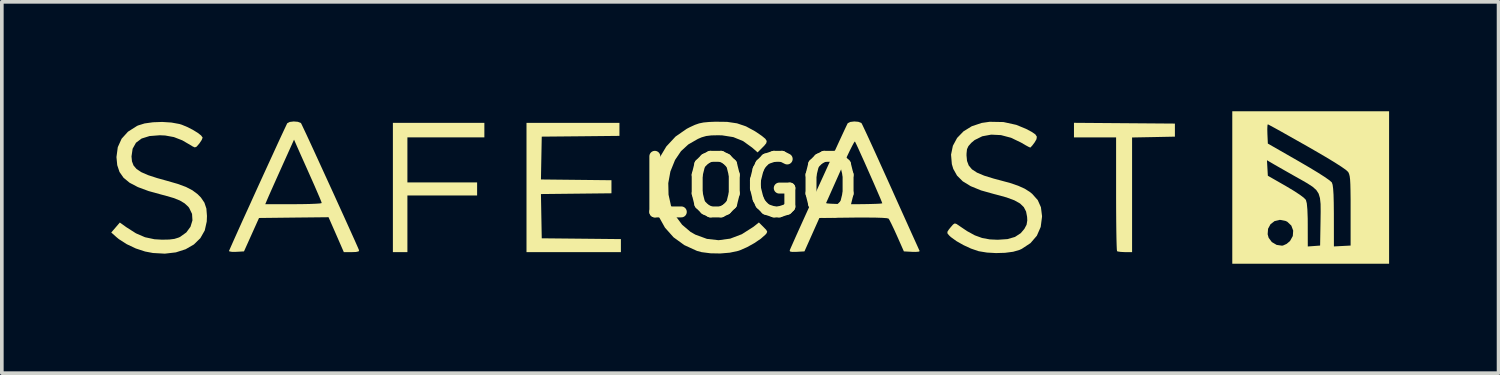
<source format=kicad_pcb>
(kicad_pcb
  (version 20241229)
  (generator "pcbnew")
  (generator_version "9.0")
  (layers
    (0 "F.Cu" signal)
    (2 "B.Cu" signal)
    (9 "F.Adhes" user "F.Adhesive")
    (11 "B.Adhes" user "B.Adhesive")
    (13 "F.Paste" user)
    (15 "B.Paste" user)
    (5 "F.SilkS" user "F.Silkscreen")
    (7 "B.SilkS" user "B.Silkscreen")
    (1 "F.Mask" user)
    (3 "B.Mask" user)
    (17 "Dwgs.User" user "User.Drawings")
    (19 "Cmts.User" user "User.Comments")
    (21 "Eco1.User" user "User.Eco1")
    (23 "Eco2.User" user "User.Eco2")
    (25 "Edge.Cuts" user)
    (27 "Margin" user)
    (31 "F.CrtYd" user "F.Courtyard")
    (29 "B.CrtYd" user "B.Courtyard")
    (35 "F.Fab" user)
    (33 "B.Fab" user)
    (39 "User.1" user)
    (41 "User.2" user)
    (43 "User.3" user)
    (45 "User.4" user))
  (footprint "LOGO"
    (layer "F.Cu")
    (at 17.515 2.07)
    (property "Reference" "LOGO" (at 0 0 0) (layer "F.SilkS") (effects (font (size 1.524 1.524) (thickness 0.3))))
    (attr board_only exclude_from_pos_files exclude_from_bom)
    (fp_poly (pts (xy -7.286 -1.354) (xy -9.396 -1.354) (xy -9.396 -0.119) (xy -7.485 -0.119) (xy -7.485 0.239) (xy -9.396 0.239) (xy -9.396 1.792) (xy -9.794 1.792) (xy -9.794 -1.752) (xy -7.286 -1.752)) (stroke (width 0) (type solid)) (fill yes) (layer "F.SilkS"))
    (fp_poly (pts (xy -3.583 -1.395) (xy -4.648 -1.384) (xy -5.713 -1.374) (xy -5.724 -0.787) (xy -5.735 -0.2) (xy -3.802 -0.179) (xy -3.802 0.179) (xy -5.735 0.2) (xy -5.724 0.807) (xy -5.713 1.413) (xy -4.628 1.424) (xy -3.543 1.435) (xy -3.543 1.792) (xy -6.131 1.792) (xy -6.131 -1.752) (xy -3.583 -1.752)) (stroke (width 0) (type solid)) (fill yes) (layer "F.SilkS"))
    (fp_poly (pts (xy 11.645 -1.732) (xy 11.645 -1.374) (xy 11.058 -1.362) (xy 10.471 -1.351) (xy 10.471 1.792) (xy 10.278 1.792) (xy 10.16 1.786) (xy 10.078 1.774) (xy 10.059 1.765) (xy 10.053 1.721) (xy 10.048 1.605) (xy 10.043 1.428) (xy 10.039 1.197) (xy 10.036 0.922) (xy 10.034 0.61) (xy 10.033 0.272) (xy 10.033 0.192) (xy 10.033 -1.354) (xy 8.878 -1.354) (xy 8.878 -1.753)) (stroke (width 0) (type solid)) (fill yes) (layer "F.SilkS"))
    (fp_poly (pts (xy -0.632 -1.779) (xy -0.36 -1.739) (xy -0.114 -1.656) (xy 0.127 -1.525) (xy 0.17 -1.498) (xy 0.324 -1.392) (xy 0.417 -1.315) (xy 0.455 -1.254) (xy 0.442 -1.194) (xy 0.385 -1.123) (xy 0.348 -1.086) (xy 0.205 -0.942) (xy 0.054 -1.074) (xy -0.193 -1.252) (xy -0.461 -1.361) (xy -0.766 -1.409) (xy -0.876 -1.412) (xy -1.065 -1.408) (xy -1.205 -1.391) (xy -1.328 -1.356) (xy -1.435 -1.31) (xy -1.695 -1.16) (xy -1.895 -0.976) (xy -2.054 -0.741) (xy -2.061 -0.728) (xy -2.186 -0.419) (xy -2.244 -0.1) (xy -2.237 0.216) (xy -2.17 0.52) (xy -2.045 0.799) (xy -1.865 1.041) (xy -1.634 1.237) (xy -1.501 1.313) (xy -1.184 1.429) (xy -0.865 1.465) (xy -0.546 1.422) (xy -0.228 1.301) (xy 0.088 1.1) (xy 0.13 1.067) (xy 0.24 0.979) (xy 0.367 1.105) (xy 0.443 1.184) (xy 0.468 1.234) (xy 0.449 1.278) (xy 0.419 1.313) (xy 0.292 1.425) (xy 0.117 1.544) (xy -0.08 1.654) (xy -0.271 1.738) (xy -0.328 1.758) (xy -0.556 1.807) (xy -0.819 1.829) (xy -1.087 1.824) (xy -1.329 1.793) (xy -1.454 1.76) (xy -1.804 1.6) (xy -2.099 1.386) (xy -2.335 1.121) (xy -2.509 0.81) (xy -2.619 0.457) (xy -2.661 0.067) (xy -2.658 -0.107) (xy -2.644 -0.303) (xy -2.619 -0.455) (xy -2.575 -0.594) (xy -2.504 -0.757) (xy -2.495 -0.775) (xy -2.298 -1.104) (xy -2.045 -1.376) (xy -1.74 -1.588) (xy -1.651 -1.634) (xy -1.515 -1.697) (xy -1.399 -1.737) (xy -1.278 -1.762) (xy -1.125 -1.776) (xy -0.955 -1.783)) (stroke (width 0) (type solid)) (fill yes) (layer "F.SilkS"))
    (fp_poly (pts (xy -12.401 -1.781) (xy -12.321 -1.751) (xy -12.312 -1.742) (xy -12.291 -1.7) (xy -12.241 -1.594) (xy -12.165 -1.433) (xy -12.069 -1.226) (xy -11.956 -0.981) (xy -11.83 -0.706) (xy -11.695 -0.411) (xy -11.555 -0.105) (xy -11.413 0.205) (xy -11.275 0.509) (xy -11.143 0.799) (xy -11.022 1.067) (xy -10.916 1.302) (xy -10.828 1.497) (xy -10.763 1.644) (xy -10.725 1.732) (xy -10.721 1.742) (xy -10.733 1.772) (xy -10.806 1.788) (xy -10.92 1.792) (xy -11.139 1.792) (xy -11.348 1.313) (xy -11.558 0.835) (xy -12.511 0.845) (xy -13.464 0.856) (xy -13.876 1.772) (xy -14.088 1.784) (xy -14.203 1.785) (xy -14.274 1.773) (xy -14.287 1.76) (xy -14.258 1.694) (xy -14.202 1.567) (xy -14.122 1.388) (xy -14.022 1.165) (xy -13.906 0.908) (xy -13.777 0.625) (xy -13.71 0.478) (xy -13.293 0.478) (xy -12.519 0.478) (xy -12.28 0.476) (xy -12.072 0.472) (xy -11.905 0.465) (xy -11.792 0.457) (xy -11.745 0.447) (xy -11.745 0.446) (xy -11.76 0.401) (xy -11.803 0.295) (xy -11.869 0.142) (xy -11.951 -0.048) (xy -12.037 -0.241) (xy -12.138 -0.468) (xy -12.235 -0.685) (xy -12.32 -0.875) (xy -12.385 -1.022) (xy -12.417 -1.094) (xy -12.504 -1.292) (xy -12.844 -0.537) (xy -12.95 -0.301) (xy -13.048 -0.082) (xy -13.132 0.106) (xy -13.196 0.251) (xy -13.234 0.339) (xy -13.238 0.348) (xy -13.293 0.478) (xy -13.71 0.478) (xy -13.641 0.325) (xy -13.5 0.015) (xy -13.359 -0.294) (xy -13.221 -0.595) (xy -13.091 -0.878) (xy -12.973 -1.136) (xy -12.87 -1.359) (xy -12.786 -1.539) (xy -12.726 -1.666) (xy -12.694 -1.734) (xy -12.689 -1.742) (xy -12.621 -1.777) (xy -12.513 -1.79)) (stroke (width 0) (type solid)) (fill yes) (layer "F.SilkS"))
    (fp_poly (pts (xy -15.868 -1.761) (xy -15.647 -1.721) (xy -15.582 -1.701) (xy -15.43 -1.638) (xy -15.279 -1.561) (xy -15.147 -1.48) (xy -15.052 -1.406) (xy -15.011 -1.35) (xy -15.011 -1.345) (xy -15.035 -1.283) (xy -15.094 -1.194) (xy -15.109 -1.175) (xy -15.175 -1.099) (xy -15.223 -1.079) (xy -15.283 -1.105) (xy -15.317 -1.127) (xy -15.568 -1.273) (xy -15.798 -1.362) (xy -16.035 -1.405) (xy -16.184 -1.412) (xy -16.465 -1.39) (xy -16.683 -1.322) (xy -16.837 -1.207) (xy -16.929 -1.043) (xy -16.96 -0.831) (xy -16.947 -0.696) (xy -16.904 -0.583) (xy -16.821 -0.486) (xy -16.691 -0.4) (xy -16.506 -0.319) (xy -16.257 -0.238) (xy -15.987 -0.163) (xy -15.695 -0.079) (xy -15.467 0.005) (xy -15.29 0.097) (xy -15.147 0.204) (xy -15.056 0.296) (xy -14.961 0.436) (xy -14.907 0.597) (xy -14.891 0.801) (xy -14.897 0.953) (xy -14.952 1.198) (xy -15.072 1.409) (xy -15.249 1.582) (xy -15.476 1.713) (xy -15.744 1.799) (xy -16.045 1.834) (xy -16.372 1.816) (xy -16.588 1.775) (xy -16.841 1.692) (xy -17.091 1.574) (xy -17.306 1.436) (xy -17.369 1.384) (xy -17.515 1.254) (xy -17.28 0.981) (xy -17.101 1.109) (xy -16.837 1.277) (xy -16.589 1.384) (xy -16.331 1.439) (xy -16.124 1.451) (xy -15.926 1.447) (xy -15.783 1.429) (xy -15.668 1.393) (xy -15.627 1.374) (xy -15.457 1.252) (xy -15.343 1.097) (xy -15.289 0.922) (xy -15.3 0.744) (xy -15.38 0.578) (xy -15.406 0.545) (xy -15.505 0.454) (xy -15.634 0.377) (xy -15.808 0.308) (xy -16.042 0.24) (xy -16.124 0.219) (xy -16.491 0.118) (xy -16.785 0.009) (xy -17.012 -0.11) (xy -17.178 -0.247) (xy -17.289 -0.406) (xy -17.351 -0.592) (xy -17.372 -0.81) (xy -17.372 -0.816) (xy -17.336 -1.085) (xy -17.231 -1.317) (xy -17.056 -1.51) (xy -16.811 -1.666) (xy -16.781 -1.68) (xy -16.601 -1.736) (xy -16.371 -1.768) (xy -16.118 -1.777)) (stroke (width 0) (type solid)) (fill yes) (layer "F.SilkS"))
    (fp_poly (pts (xy 6.945 -1.774) (xy 7.297 -1.697) (xy 7.559 -1.589) (xy 7.722 -1.503) (xy 7.82 -1.435) (xy 7.86 -1.373) (xy 7.85 -1.303) (xy 7.799 -1.215) (xy 7.798 -1.214) (xy 7.734 -1.129) (xy 7.688 -1.08) (xy 7.679 -1.075) (xy 7.634 -1.094) (xy 7.542 -1.144) (xy 7.426 -1.212) (xy 7.153 -1.343) (xy 6.877 -1.416) (xy 6.609 -1.429) (xy 6.364 -1.384) (xy 6.154 -1.28) (xy 6.064 -1.205) (xy 5.984 -1.114) (xy 5.945 -1.029) (xy 5.933 -0.912) (xy 5.932 -0.86) (xy 5.946 -0.708) (xy 5.993 -0.583) (xy 6.081 -0.478) (xy 6.22 -0.387) (xy 6.417 -0.304) (xy 6.68 -0.223) (xy 6.839 -0.181) (xy 7.127 -0.103) (xy 7.35 -0.027) (xy 7.525 0.052) (xy 7.665 0.14) (xy 7.733 0.195) (xy 7.885 0.366) (xy 7.972 0.561) (xy 8.002 0.8) (xy 8.002 0.824) (xy 7.966 1.101) (xy 7.86 1.343) (xy 7.686 1.545) (xy 7.448 1.702) (xy 7.383 1.732) (xy 7.21 1.782) (xy 6.987 1.811) (xy 6.739 1.818) (xy 6.492 1.804) (xy 6.273 1.768) (xy 6.247 1.761) (xy 6.053 1.694) (xy 5.848 1.599) (xy 5.656 1.49) (xy 5.504 1.38) (xy 5.455 1.334) (xy 5.411 1.281) (xy 5.407 1.237) (xy 5.447 1.173) (xy 5.492 1.117) (xy 5.564 1.034) (xy 5.611 1.005) (xy 5.66 1.021) (xy 5.699 1.048) (xy 5.946 1.215) (xy 6.16 1.332) (xy 6.361 1.405) (xy 6.57 1.443) (xy 6.788 1.453) (xy 7.054 1.435) (xy 7.26 1.376) (xy 7.419 1.272) (xy 7.518 1.155) (xy 7.579 1.04) (xy 7.598 0.923) (xy 7.593 0.825) (xy 7.565 0.679) (xy 7.503 0.559) (xy 7.4 0.459) (xy 7.245 0.372) (xy 7.031 0.293) (xy 6.747 0.215) (xy 6.688 0.2) (xy 6.331 0.1) (xy 6.047 -0.016) (xy 5.829 -0.149) (xy 5.672 -0.306) (xy 5.569 -0.49) (xy 5.53 -0.62) (xy 5.508 -0.881) (xy 5.558 -1.123) (xy 5.674 -1.338) (xy 5.849 -1.519) (xy 6.076 -1.659) (xy 6.348 -1.75) (xy 6.566 -1.781)) (stroke (width 0) (type solid)) (fill yes) (layer "F.SilkS"))
    (fp_poly (pts (xy 2.966 -1.781) (xy 3.045 -1.751) (xy 3.054 -1.742) (xy 3.078 -1.696) (xy 3.13 -1.586) (xy 3.209 -1.417) (xy 3.31 -1.198) (xy 3.43 -0.935) (xy 3.565 -0.637) (xy 3.713 -0.31) (xy 3.862 0.02) (xy 4.017 0.366) (xy 4.163 0.69) (xy 4.296 0.985) (xy 4.412 1.243) (xy 4.509 1.457) (xy 4.583 1.62) (xy 4.63 1.725) (xy 4.648 1.764) (xy 4.622 1.779) (xy 4.537 1.786) (xy 4.44 1.784) (xy 4.215 1.772) (xy 4.024 1.341) (xy 3.946 1.169) (xy 3.876 1.023) (xy 3.823 0.918) (xy 3.795 0.873) (xy 3.743 0.861) (xy 3.621 0.852) (xy 3.435 0.846) (xy 3.193 0.844) (xy 2.906 0.844) (xy 2.828 0.845) (xy 1.898 0.856) (xy 1.489 1.772) (xy 1.277 1.784) (xy 1.151 1.786) (xy 1.092 1.774) (xy 1.085 1.744) (xy 1.117 1.669) (xy 1.177 1.534) (xy 1.259 1.349) (xy 1.362 1.121) (xy 1.48 0.86) (xy 1.61 0.574) (xy 1.667 0.448) (xy 2.081 0.448) (xy 2.114 0.457) (xy 2.215 0.465) (xy 2.372 0.471) (xy 2.573 0.476) (xy 2.807 0.478) (xy 2.844 0.478) (xy 3.083 0.477) (xy 3.293 0.473) (xy 3.46 0.468) (xy 3.574 0.462) (xy 3.622 0.454) (xy 3.623 0.453) (xy 3.607 0.41) (xy 3.565 0.307) (xy 3.5 0.157) (xy 3.42 -0.028) (xy 3.329 -0.235) (xy 3.233 -0.452) (xy 3.139 -0.665) (xy 3.05 -0.861) (xy 2.974 -1.03) (xy 2.915 -1.157) (xy 2.879 -1.23) (xy 2.872 -1.242) (xy 2.849 -1.215) (xy 2.8 -1.125) (xy 2.728 -0.982) (xy 2.639 -0.795) (xy 2.537 -0.573) (xy 2.471 -0.426) (xy 2.364 -0.185) (xy 2.267 0.032) (xy 2.186 0.214) (xy 2.125 0.351) (xy 2.089 0.431) (xy 2.081 0.448) (xy 1.667 0.448) (xy 1.747 0.272) (xy 1.888 -0.037) (xy 2.029 -0.345) (xy 2.165 -0.644) (xy 2.294 -0.923) (xy 2.41 -1.176) (xy 2.51 -1.392) (xy 2.59 -1.564) (xy 2.646 -1.682) (xy 2.674 -1.739) (xy 2.676 -1.742) (xy 2.746 -1.777) (xy 2.854 -1.79)) (stroke (width 0) (type solid)) (fill yes) (layer "F.SilkS"))
    (fp_poly (pts (xy 17.517 2.11) (xy 13.218 2.11) (xy 13.218 1.302) (xy 14.188 1.302) (xy 14.215 1.399) (xy 14.302 1.516) (xy 14.434 1.594) (xy 14.58 1.615) (xy 14.611 1.61) (xy 14.708 1.566) (xy 14.8 1.489) (xy 14.877 1.351) (xy 14.888 1.203) (xy 14.837 1.065) (xy 14.728 0.961) (xy 14.684 0.939) (xy 14.524 0.907) (xy 14.38 0.94) (xy 14.267 1.026) (xy 14.199 1.151) (xy 14.188 1.302) (xy 13.218 1.302) (xy 13.218 -0.727) (xy 14.169 -0.727) (xy 14.181 -0.514) (xy 14.193 -0.302) (xy 14.691 -0.017) (xy 14.895 0.105) (xy 15.061 0.213) (xy 15.179 0.301) (xy 15.237 0.361) (xy 15.237 0.363) (xy 15.261 0.455) (xy 15.277 0.624) (xy 15.286 0.869) (xy 15.287 1.047) (xy 15.288 1.637) (xy 15.457 1.625) (xy 15.626 1.612) (xy 15.637 0.967) (xy 15.641 0.687) (xy 15.639 0.473) (xy 15.622 0.311) (xy 15.585 0.188) (xy 15.52 0.088) (xy 15.419 -0.001) (xy 15.276 -0.094) (xy 15.085 -0.204) (xy 15.023 -0.238) (xy 14.825 -0.35) (xy 14.637 -0.457) (xy 14.477 -0.548) (xy 14.362 -0.614) (xy 14.34 -0.627) (xy 14.169 -0.727) (xy 13.218 -0.727) (xy 13.218 -1.58) (xy 14.178 -1.58) (xy 14.181 -1.448) (xy 14.193 -1.184) (xy 15.045 -0.696) (xy 15.326 -0.532) (xy 15.563 -0.389) (xy 15.749 -0.27) (xy 15.878 -0.18) (xy 15.944 -0.122) (xy 15.949 -0.114) (xy 15.969 -0.053) (xy 15.983 0.054) (xy 15.994 0.217) (xy 16 0.442) (xy 16.003 0.737) (xy 16.003 0.808) (xy 16.004 1.636) (xy 16.233 1.624) (xy 16.462 1.612) (xy 16.462 0.655) (xy 16.462 0.349) (xy 16.459 0.111) (xy 16.455 -0.067) (xy 16.448 -0.196) (xy 16.437 -0.287) (xy 16.421 -0.35) (xy 16.401 -0.395) (xy 16.393 -0.407) (xy 16.335 -0.461) (xy 16.21 -0.549) (xy 16.021 -0.67) (xy 15.773 -0.82) (xy 15.469 -0.997) (xy 15.269 -1.112) (xy 15.005 -1.261) (xy 14.764 -1.397) (xy 14.555 -1.515) (xy 14.385 -1.609) (xy 14.263 -1.675) (xy 14.199 -1.709) (xy 14.191 -1.712) (xy 14.182 -1.676) (xy 14.178 -1.58) (xy 13.218 -1.58) (xy 13.218 -2.07) (xy 17.517 -2.07)) (stroke (width 0) (type solid)) (fill yes) (layer "F.SilkS")))
  (gr_rect
    (start -3 -3)
    (end 38.033 7.18)
    (stroke (width 0.1) (type default))
    (fill no)
    (layer "Edge.Cuts")))
</source>
